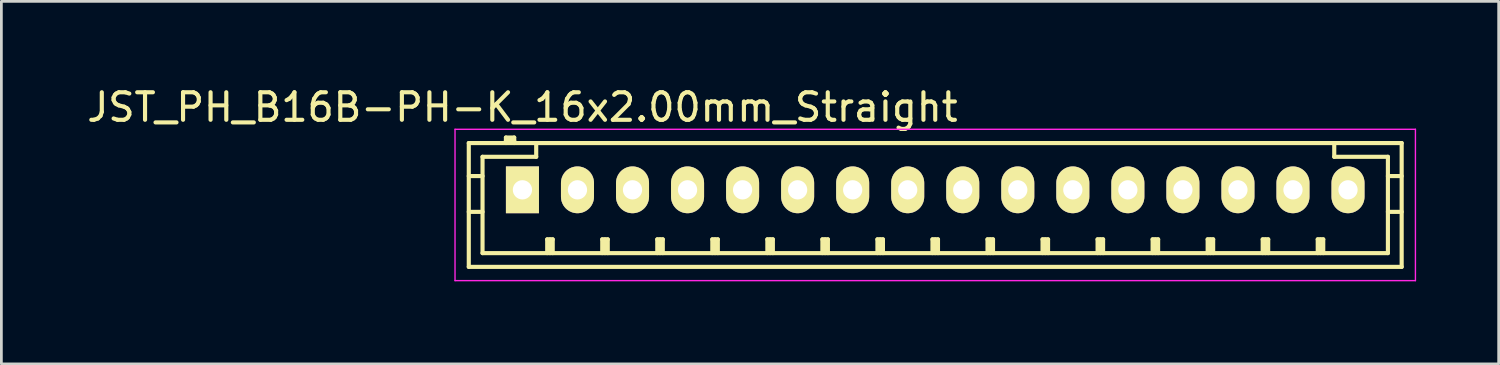
<source format=kicad_pcb>
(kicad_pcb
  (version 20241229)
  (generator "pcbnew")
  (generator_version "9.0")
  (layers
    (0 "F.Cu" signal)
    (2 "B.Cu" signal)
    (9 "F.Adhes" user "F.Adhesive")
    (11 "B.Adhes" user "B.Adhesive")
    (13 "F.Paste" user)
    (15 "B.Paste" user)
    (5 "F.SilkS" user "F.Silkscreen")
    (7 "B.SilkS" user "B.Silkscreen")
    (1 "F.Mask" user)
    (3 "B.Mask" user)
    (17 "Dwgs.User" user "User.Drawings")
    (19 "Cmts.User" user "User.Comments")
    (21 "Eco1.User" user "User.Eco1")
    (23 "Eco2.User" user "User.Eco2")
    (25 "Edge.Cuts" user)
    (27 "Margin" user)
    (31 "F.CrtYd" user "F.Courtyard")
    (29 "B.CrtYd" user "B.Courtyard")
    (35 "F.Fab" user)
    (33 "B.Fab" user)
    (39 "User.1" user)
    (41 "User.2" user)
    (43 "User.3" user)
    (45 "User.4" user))
  (footprint "JST_PH_B16B-PH-K_16x2.00mm_Straight"
    (layer "F.Cu")
    (at 15.935 3.848)
    (property "Reference" "JST_PH_B16B-PH-K_16x2.00mm_Straight" (at 0 -3 0) (layer "F.SilkS") (effects (font (size 1 1) (thickness 0.15))))
    (attr through_hole)
    (fp_line (start -1.95 -1.7) (end 31.95 -1.7) (stroke (width 0.15) (type solid)) (layer "F.SilkS"))
    (fp_line (start -1.95 -0.5) (end -1.45 -0.5) (stroke (width 0.15) (type solid)) (layer "F.SilkS"))
    (fp_line (start -1.95 0.8) (end -1.45 0.8) (stroke (width 0.15) (type solid)) (layer "F.SilkS"))
    (fp_line (start -1.95 2.8) (end -1.95 -1.7) (stroke (width 0.15) (type solid)) (layer "F.SilkS"))
    (fp_line (start -1.45 -1.2) (end -1.45 2.3) (stroke (width 0.15) (type solid)) (layer "F.SilkS"))
    (fp_line (start -1.45 2.3) (end 31.45 2.3) (stroke (width 0.15) (type solid)) (layer "F.SilkS"))
    (fp_line (start -0.6 -1.9) (end -0.6 -1.7) (stroke (width 0.15) (type solid)) (layer "F.SilkS"))
    (fp_line (start -0.3 -1.9) (end -0.6 -1.9) (stroke (width 0.15) (type solid)) (layer "F.SilkS"))
    (fp_line (start -0.3 -1.8) (end -0.6 -1.8) (stroke (width 0.15) (type solid)) (layer "F.SilkS"))
    (fp_line (start -0.3 -1.7) (end -0.3 -1.9) (stroke (width 0.15) (type solid)) (layer "F.SilkS"))
    (fp_line (start 0.5 -1.7) (end 0.5 -1.2) (stroke (width 0.15) (type solid)) (layer "F.SilkS"))
    (fp_line (start 0.5 -1.2) (end -1.45 -1.2) (stroke (width 0.15) (type solid)) (layer "F.SilkS"))
    (fp_line (start 0.9 1.8) (end 1.1 1.8) (stroke (width 0.15) (type solid)) (layer "F.SilkS"))
    (fp_line (start 0.9 2.3) (end 0.9 1.8) (stroke (width 0.15) (type solid)) (layer "F.SilkS"))
    (fp_line (start 1 2.3) (end 1 1.8) (stroke (width 0.15) (type solid)) (layer "F.SilkS"))
    (fp_line (start 1.1 1.8) (end 1.1 2.3) (stroke (width 0.15) (type solid)) (layer "F.SilkS"))
    (fp_line (start 2.9 1.8) (end 3.1 1.8) (stroke (width 0.15) (type solid)) (layer "F.SilkS"))
    (fp_line (start 2.9 2.3) (end 2.9 1.8) (stroke (width 0.15) (type solid)) (layer "F.SilkS"))
    (fp_line (start 3 2.3) (end 3 1.8) (stroke (width 0.15) (type solid)) (layer "F.SilkS"))
    (fp_line (start 3.1 1.8) (end 3.1 2.3) (stroke (width 0.15) (type solid)) (layer "F.SilkS"))
    (fp_line (start 4.9 1.8) (end 5.1 1.8) (stroke (width 0.15) (type solid)) (layer "F.SilkS"))
    (fp_line (start 4.9 2.3) (end 4.9 1.8) (stroke (width 0.15) (type solid)) (layer "F.SilkS"))
    (fp_line (start 5 2.3) (end 5 1.8) (stroke (width 0.15) (type solid)) (layer "F.SilkS"))
    (fp_line (start 5.1 1.8) (end 5.1 2.3) (stroke (width 0.15) (type solid)) (layer "F.SilkS"))
    (fp_line (start 6.9 1.8) (end 7.1 1.8) (stroke (width 0.15) (type solid)) (layer "F.SilkS"))
    (fp_line (start 6.9 2.3) (end 6.9 1.8) (stroke (width 0.15) (type solid)) (layer "F.SilkS"))
    (fp_line (start 7 2.3) (end 7 1.8) (stroke (width 0.15) (type solid)) (layer "F.SilkS"))
    (fp_line (start 7.1 1.8) (end 7.1 2.3) (stroke (width 0.15) (type solid)) (layer "F.SilkS"))
    (fp_line (start 8.9 1.8) (end 9.1 1.8) (stroke (width 0.15) (type solid)) (layer "F.SilkS"))
    (fp_line (start 8.9 2.3) (end 8.9 1.8) (stroke (width 0.15) (type solid)) (layer "F.SilkS"))
    (fp_line (start 9 2.3) (end 9 1.8) (stroke (width 0.15) (type solid)) (layer "F.SilkS"))
    (fp_line (start 9.1 1.8) (end 9.1 2.3) (stroke (width 0.15) (type solid)) (layer "F.SilkS"))
    (fp_line (start 10.9 1.8) (end 11.1 1.8) (stroke (width 0.15) (type solid)) (layer "F.SilkS"))
    (fp_line (start 10.9 2.3) (end 10.9 1.8) (stroke (width 0.15) (type solid)) (layer "F.SilkS"))
    (fp_line (start 11 2.3) (end 11 1.8) (stroke (width 0.15) (type solid)) (layer "F.SilkS"))
    (fp_line (start 11.1 1.8) (end 11.1 2.3) (stroke (width 0.15) (type solid)) (layer "F.SilkS"))
    (fp_line (start 12.9 1.8) (end 13.1 1.8) (stroke (width 0.15) (type solid)) (layer "F.SilkS"))
    (fp_line (start 12.9 2.3) (end 12.9 1.8) (stroke (width 0.15) (type solid)) (layer "F.SilkS"))
    (fp_line (start 13 2.3) (end 13 1.8) (stroke (width 0.15) (type solid)) (layer "F.SilkS"))
    (fp_line (start 13.1 1.8) (end 13.1 2.3) (stroke (width 0.15) (type solid)) (layer "F.SilkS"))
    (fp_line (start 14.9 1.8) (end 15.1 1.8) (stroke (width 0.15) (type solid)) (layer "F.SilkS"))
    (fp_line (start 14.9 2.3) (end 14.9 1.8) (stroke (width 0.15) (type solid)) (layer "F.SilkS"))
    (fp_line (start 15 2.3) (end 15 1.8) (stroke (width 0.15) (type solid)) (layer "F.SilkS"))
    (fp_line (start 15.1 1.8) (end 15.1 2.3) (stroke (width 0.15) (type solid)) (layer "F.SilkS"))
    (fp_line (start 16.9 1.8) (end 17.1 1.8) (stroke (width 0.15) (type solid)) (layer "F.SilkS"))
    (fp_line (start 16.9 2.3) (end 16.9 1.8) (stroke (width 0.15) (type solid)) (layer "F.SilkS"))
    (fp_line (start 17 2.3) (end 17 1.8) (stroke (width 0.15) (type solid)) (layer "F.SilkS"))
    (fp_line (start 17.1 1.8) (end 17.1 2.3) (stroke (width 0.15) (type solid)) (layer "F.SilkS"))
    (fp_line (start 18.9 1.8) (end 19.1 1.8) (stroke (width 0.15) (type solid)) (layer "F.SilkS"))
    (fp_line (start 18.9 2.3) (end 18.9 1.8) (stroke (width 0.15) (type solid)) (layer "F.SilkS"))
    (fp_line (start 19 2.3) (end 19 1.8) (stroke (width 0.15) (type solid)) (layer "F.SilkS"))
    (fp_line (start 19.1 1.8) (end 19.1 2.3) (stroke (width 0.15) (type solid)) (layer "F.SilkS"))
    (fp_line (start 20.9 1.8) (end 21.1 1.8) (stroke (width 0.15) (type solid)) (layer "F.SilkS"))
    (fp_line (start 20.9 2.3) (end 20.9 1.8) (stroke (width 0.15) (type solid)) (layer "F.SilkS"))
    (fp_line (start 21 2.3) (end 21 1.8) (stroke (width 0.15) (type solid)) (layer "F.SilkS"))
    (fp_line (start 21.1 1.8) (end 21.1 2.3) (stroke (width 0.15) (type solid)) (layer "F.SilkS"))
    (fp_line (start 22.9 1.8) (end 23.1 1.8) (stroke (width 0.15) (type solid)) (layer "F.SilkS"))
    (fp_line (start 22.9 2.3) (end 22.9 1.8) (stroke (width 0.15) (type solid)) (layer "F.SilkS"))
    (fp_line (start 23 2.3) (end 23 1.8) (stroke (width 0.15) (type solid)) (layer "F.SilkS"))
    (fp_line (start 23.1 1.8) (end 23.1 2.3) (stroke (width 0.15) (type solid)) (layer "F.SilkS"))
    (fp_line (start 24.9 1.8) (end 25.1 1.8) (stroke (width 0.15) (type solid)) (layer "F.SilkS"))
    (fp_line (start 24.9 2.3) (end 24.9 1.8) (stroke (width 0.15) (type solid)) (layer "F.SilkS"))
    (fp_line (start 25 2.3) (end 25 1.8) (stroke (width 0.15) (type solid)) (layer "F.SilkS"))
    (fp_line (start 25.1 1.8) (end 25.1 2.3) (stroke (width 0.15) (type solid)) (layer "F.SilkS"))
    (fp_line (start 26.9 1.8) (end 27.1 1.8) (stroke (width 0.15) (type solid)) (layer "F.SilkS"))
    (fp_line (start 26.9 2.3) (end 26.9 1.8) (stroke (width 0.15) (type solid)) (layer "F.SilkS"))
    (fp_line (start 27 2.3) (end 27 1.8) (stroke (width 0.15) (type solid)) (layer "F.SilkS"))
    (fp_line (start 27.1 1.8) (end 27.1 2.3) (stroke (width 0.15) (type solid)) (layer "F.SilkS"))
    (fp_line (start 28.9 1.8) (end 29.1 1.8) (stroke (width 0.15) (type solid)) (layer "F.SilkS"))
    (fp_line (start 28.9 2.3) (end 28.9 1.8) (stroke (width 0.15) (type solid)) (layer "F.SilkS"))
    (fp_line (start 29 2.3) (end 29 1.8) (stroke (width 0.15) (type solid)) (layer "F.SilkS"))
    (fp_line (start 29.1 1.8) (end 29.1 2.3) (stroke (width 0.15) (type solid)) (layer "F.SilkS"))
    (fp_line (start 29.5 -1.2) (end 29.5 -1.7) (stroke (width 0.15) (type solid)) (layer "F.SilkS"))
    (fp_line (start 31.45 -1.2) (end 29.5 -1.2) (stroke (width 0.15) (type solid)) (layer "F.SilkS"))
    (fp_line (start 31.45 -0.5) (end 31.95 -0.5) (stroke (width 0.15) (type solid)) (layer "F.SilkS"))
    (fp_line (start 31.45 0.8) (end 31.95 0.8) (stroke (width 0.15) (type solid)) (layer "F.SilkS"))
    (fp_line (start 31.45 2.3) (end 31.45 -1.2) (stroke (width 0.15) (type solid)) (layer "F.SilkS"))
    (fp_line (start 31.95 -1.7) (end 31.95 2.8) (stroke (width 0.15) (type solid)) (layer "F.SilkS"))
    (fp_line (start 31.95 2.8) (end -1.95 2.8) (stroke (width 0.15) (type solid)) (layer "F.SilkS"))
    (fp_line (start -2.45 -2.2) (end 32.45 -2.2) (stroke (width 0.05) (type solid)) (layer "F.CrtYd"))
    (fp_line (start -2.45 3.3) (end -2.45 -2.2) (stroke (width 0.05) (type solid)) (layer "F.CrtYd"))
    (fp_line (start 32.45 -2.2) (end 32.45 3.3) (stroke (width 0.05) (type solid)) (layer "F.CrtYd"))
    (fp_line (start 32.45 3.3) (end -2.45 3.3) (stroke (width 0.05) (type solid)) (layer "F.CrtYd"))
    (pad "1" thru_hole rect (at 0 0) (size 1.2 1.7) (drill 0.7) (layers "*.Cu" "*.Mask" "F.SilkS"))
    (pad "2" thru_hole oval (at 2 0) (size 1.2 1.7) (drill 0.7) (layers "*.Cu" "*.Mask" "F.SilkS"))
    (pad "3" thru_hole oval (at 4 0) (size 1.2 1.7) (drill 0.7) (layers "*.Cu" "*.Mask" "F.SilkS"))
    (pad "4" thru_hole oval (at 6 0) (size 1.2 1.7) (drill 0.7) (layers "*.Cu" "*.Mask" "F.SilkS"))
    (pad "5" thru_hole oval (at 8 0) (size 1.2 1.7) (drill 0.7) (layers "*.Cu" "*.Mask" "F.SilkS"))
    (pad "6" thru_hole oval (at 10 0) (size 1.2 1.7) (drill 0.7) (layers "*.Cu" "*.Mask" "F.SilkS"))
    (pad "7" thru_hole oval (at 12 0) (size 1.2 1.7) (drill 0.7) (layers "*.Cu" "*.Mask" "F.SilkS"))
    (pad "8" thru_hole oval (at 14 0) (size 1.2 1.7) (drill 0.7) (layers "*.Cu" "*.Mask" "F.SilkS"))
    (pad "9" thru_hole oval (at 16 0) (size 1.2 1.7) (drill 0.7) (layers "*.Cu" "*.Mask" "F.SilkS"))
    (pad "10" thru_hole oval (at 18 0) (size 1.2 1.7) (drill 0.7) (layers "*.Cu" "*.Mask" "F.SilkS"))
    (pad "11" thru_hole oval (at 20 0) (size 1.2 1.7) (drill 0.7) (layers "*.Cu" "*.Mask" "F.SilkS"))
    (pad "12" thru_hole oval (at 22 0) (size 1.2 1.7) (drill 0.7) (layers "*.Cu" "*.Mask" "F.SilkS"))
    (pad "13" thru_hole oval (at 24 0) (size 1.2 1.7) (drill 0.7) (layers "*.Cu" "*.Mask" "F.SilkS"))
    (pad "14" thru_hole oval (at 26 0) (size 1.2 1.7) (drill 0.7) (layers "*.Cu" "*.Mask" "F.SilkS"))
    (pad "15" thru_hole oval (at 28 0) (size 1.2 1.7) (drill 0.7) (layers "*.Cu" "*.Mask" "F.SilkS"))
    (pad "16" thru_hole oval (at 30 0) (size 1.2 1.7) (drill 0.7) (layers "*.Cu" "*.Mask" "F.SilkS")))
  (gr_rect
    (start -3 -3)
    (end 51.41 10.173)
    (stroke (width 0.1) (type default))
    (fill no)
    (layer "Edge.Cuts")))
</source>
